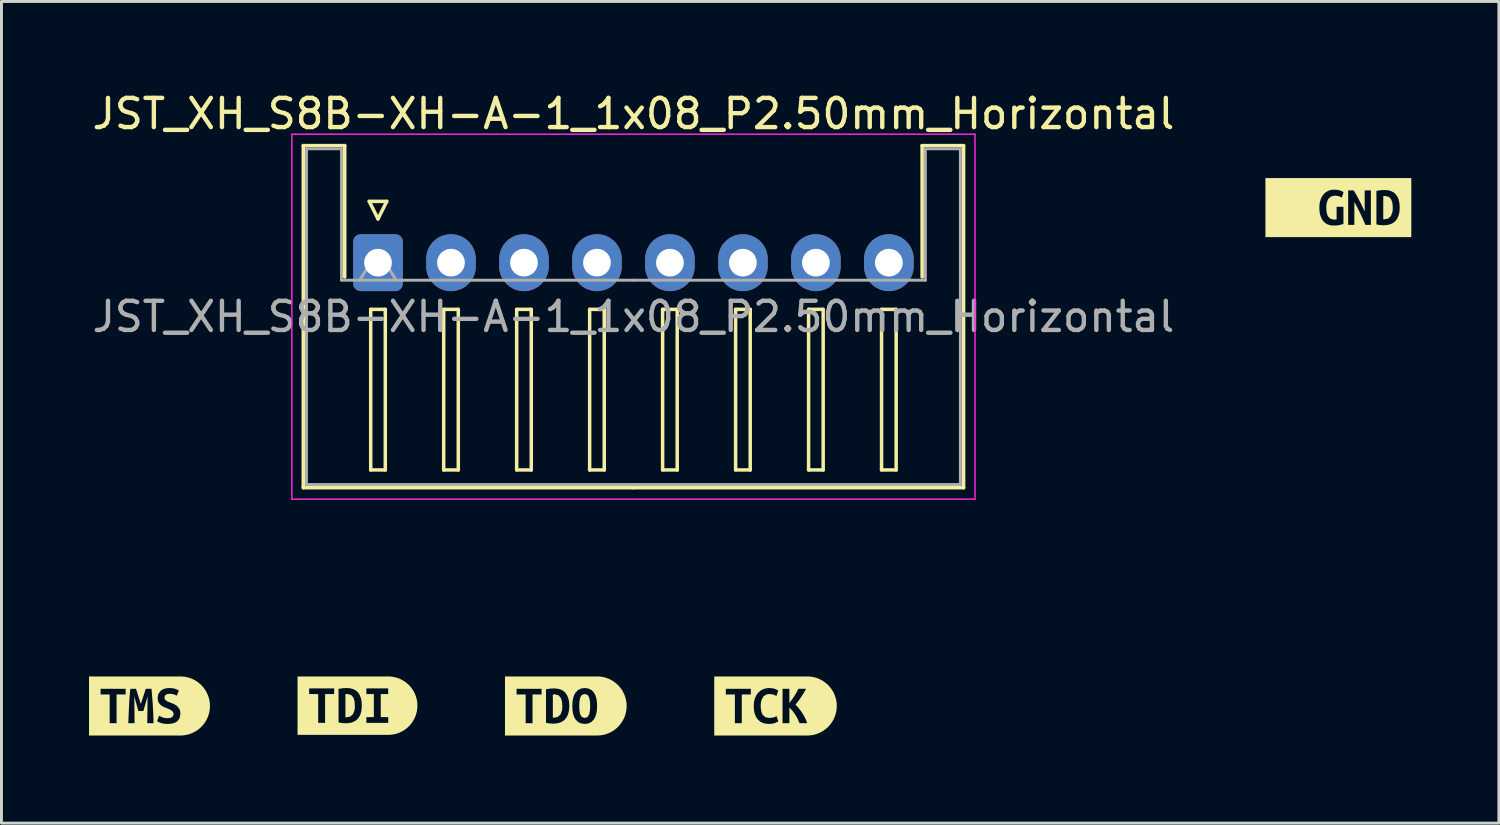
<source format=kicad_pcb>
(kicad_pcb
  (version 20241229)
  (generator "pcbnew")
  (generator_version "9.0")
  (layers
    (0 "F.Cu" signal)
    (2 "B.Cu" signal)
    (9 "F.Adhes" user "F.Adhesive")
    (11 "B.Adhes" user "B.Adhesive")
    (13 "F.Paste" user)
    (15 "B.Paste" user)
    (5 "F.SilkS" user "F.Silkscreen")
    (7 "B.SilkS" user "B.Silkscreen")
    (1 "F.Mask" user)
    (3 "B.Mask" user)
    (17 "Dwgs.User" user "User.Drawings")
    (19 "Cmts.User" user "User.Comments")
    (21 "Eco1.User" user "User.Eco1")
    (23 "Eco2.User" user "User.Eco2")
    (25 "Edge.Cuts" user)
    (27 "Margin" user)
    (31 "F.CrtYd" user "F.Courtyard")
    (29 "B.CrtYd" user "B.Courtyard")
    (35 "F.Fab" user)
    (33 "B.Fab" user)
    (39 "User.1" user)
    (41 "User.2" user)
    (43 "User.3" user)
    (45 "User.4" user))
  (footprint "kibuzzard-6456A7D3"
    (layer "F.Cu")
    (at 23.516 21.134)
    (property "Reference" "kibuzzard-6456A7D3" (at 0 -4.06 0) (layer "F.SilkS") (effects (font (size 0.001 0.001) (thickness 0.15))))
    (attr board_only exclude_from_pos_files exclude_from_bom)
    (fp_poly (pts (xy -1.702 -1.012) (xy -2.099 -1.012) (xy -2.099 1.012) (xy -1.702 1.012) (xy -1.155 1.012) (xy -1.155 0.591) (xy -1.392 0.591) (xy -1.392 -0.394) (xy -1.702 -0.394) (xy -1.702 -0.589) (xy -0.845 -0.589) (xy -0.845 -0.394) (xy -1.155 -0.394) (xy -1.155 0.591) (xy -1.155 1.012) (xy -0.233 1.012) (xy -0.233 0.615) (xy -0.387 0.598) (xy -0.514 0.544) (xy -0.614 0.455) (xy -0.672 0.367) (xy -0.713 0.261) (xy -0.738 0.139) (xy -0.746 0) (xy -0.736 -0.139) (xy -0.706 -0.261) (xy -0.658 -0.366) (xy -0.594 -0.454) (xy -0.516 -0.524) (xy -0.425 -0.574) (xy -0.322 -0.605) (xy -0.211 -0.615) (xy -0.097 -0.605) (xy -0.009 -0.581) (xy 0.055 -0.552) (xy 0.094 -0.53) (xy 0.033 -0.343) (xy -0.072 -0.391) (xy -0.214 -0.411) (xy -0.322 -0.391) (xy -0.415 -0.325) (xy -0.482 -0.2) (xy -0.501 -0.112) (xy -0.508 -0.006) (xy -0.5 0.118) (xy -0.477 0.222) (xy -0.438 0.304) (xy -0.347 0.385) (xy -0.211 0.411) (xy -0.059 0.391) (xy 0.037 0.349) (xy 0.096 0.533) (xy -0.038 0.59) (xy -0.129 0.609) (xy -0.233 0.615) (xy -0.233 1.012) (xy 0.822 1.012) (xy 0.822 0.591) (xy 0.762 0.447) (xy 0.721 0.371) (xy 0.675 0.296) (xy 0.626 0.225) (xy 0.575 0.159) (xy 0.475 0.051) (xy 0.475 0.591) (xy 0.241 0.591) (xy 0.241 -0.589) (xy 0.475 -0.589) (xy 0.475 -0.099) (xy 0.563 -0.217) (xy 0.65 -0.347) (xy 0.725 -0.474) (xy 0.782 -0.589) (xy 1.047 -0.589) (xy 0.983 -0.471) (xy 0.943 -0.404) (xy 0.898 -0.334) (xy 0.849 -0.262) (xy 0.796 -0.189) (xy 0.741 -0.116) (xy 0.683 -0.046) (xy 0.742 0.016) (xy 0.803 0.086) (xy 0.862 0.163) (xy 0.918 0.245) (xy 0.97 0.331) (xy 1.016 0.418) (xy 1.056 0.506) (xy 1.087 0.591) (xy 0.822 0.591) (xy 0.822 1.012) (xy 1.087 1.012) (xy 1.087 1.012) (xy 1.186 1.007) (xy 1.284 0.993) (xy 1.381 0.969) (xy 1.474 0.935) (xy 1.564 0.893) (xy 1.649 0.842) (xy 1.729 0.782) (xy 1.803 0.716) (xy 1.869 0.642) (xy 1.928 0.562) (xy 1.98 0.477) (xy 2.022 0.387) (xy 2.055 0.294) (xy 2.08 0.197) (xy 2.094 0.099) (xy 2.099 0) (xy 2.094 -0.099) (xy 2.08 -0.197) (xy 2.055 -0.294) (xy 2.022 -0.387) (xy 1.98 -0.477) (xy 1.928 -0.562) (xy 1.869 -0.642) (xy 1.803 -0.716) (xy 1.729 -0.782) (xy 1.649 -0.842) (xy 1.564 -0.893) (xy 1.474 -0.935) (xy 1.381 -0.969) (xy 1.284 -0.993) (xy 1.186 -1.007) (xy 1.087 -1.012) (xy 1.087 -1.012) (xy -1.702 -1.012)) (stroke (width 0) (type solid)) (fill yes) (layer "F.SilkS")))
  (footprint "kibuzzard-6456A7C9"
    (layer "F.Cu")
    (at 16.333 21.134)
    (property "Reference" "kibuzzard-6456A7C9" (at 0 -4.06 0) (layer "F.SilkS") (effects (font (size 0.001 0.001) (thickness 0.15))))
    (attr board_only exclude_from_pos_files exclude_from_bom)
    (fp_poly (pts (xy -0.445 0.4) (xy -0.424 0.402) (xy -0.403 0.402) (xy -0.269 0.371) (xy -0.181 0.288) (xy -0.133 0.161) (xy -0.123 0.084) (xy -0.119 0) (xy -0.131 -0.149) (xy -0.171 -0.276) (xy -0.249 -0.365) (xy -0.376 -0.398) (xy -0.411 -0.397) (xy -0.445 -0.392) (xy -0.445 0.4)) (stroke (width 0) (type solid)) (fill yes) (layer "F.SilkS"))
    (fp_poly (pts (xy 0.46 0) (xy 0.462 0.083) (xy 0.467 0.161) (xy 0.493 0.291) (xy 0.55 0.379) (xy 0.647 0.411) (xy 0.743 0.379) (xy 0.8 0.291) (xy 0.827 0.16) (xy 0.832 0.083) (xy 0.833 0) (xy 0.832 -0.083) (xy 0.827 -0.161) (xy 0.8 -0.291) (xy 0.744 -0.379) (xy 0.647 -0.411) (xy 0.55 -0.379) (xy 0.493 -0.291) (xy 0.467 -0.16) (xy 0.462 -0.083) (xy 0.46 0)) (stroke (width 0) (type solid)) (fill yes) (layer "F.SilkS"))
    (fp_poly (pts (xy -1.687 -1.012) (xy -2.084 -1.012) (xy -2.084 1.012) (xy -1.687 1.012) (xy -1.14 1.012) (xy -1.14 0.591) (xy -1.376 0.591) (xy -1.376 -0.394) (xy -1.687 -0.394) (xy -1.687 -0.589) (xy -0.83 -0.589) (xy -0.83 -0.394) (xy -1.14 -0.394) (xy -1.14 0.591) (xy -1.14 1.012) (xy -0.428 1.012) (xy -0.428 0.606) (xy -0.551 0.599) (xy -0.679 0.577) (xy -0.679 -0.573) (xy -0.529 -0.596) (xy -0.397 -0.602) (xy -0.286 -0.593) (xy -0.185 -0.568) (xy -0.096 -0.524) (xy -0.022 -0.46) (xy 0.037 -0.377) (xy 0.082 -0.273) (xy 0.11 -0.148) (xy 0.119 0) (xy 0.109 0.152) (xy 0.078 0.279) (xy 0.029 0.384) (xy -0.035 0.467) (xy -0.115 0.529) (xy -0.208 0.572) (xy -0.313 0.597) (xy -0.428 0.606) (xy -0.428 1.012) (xy 0.649 1.012) (xy 0.649 0.615) (xy 0.521 0.598) (xy 0.415 0.546) (xy 0.331 0.46) (xy 0.283 0.373) (xy 0.249 0.267) (xy 0.229 0.143) (xy 0.222 0) (xy 0.229 -0.143) (xy 0.25 -0.267) (xy 0.285 -0.373) (xy 0.334 -0.46) (xy 0.419 -0.546) (xy 0.523 -0.598) (xy 0.647 -0.615) (xy 0.774 -0.598) (xy 0.88 -0.546) (xy 0.963 -0.46) (xy 1.01 -0.373) (xy 1.044 -0.267) (xy 1.065 -0.143) (xy 1.071 0) (xy 1.065 0.143) (xy 1.044 0.267) (xy 1.009 0.373) (xy 0.961 0.46) (xy 0.877 0.546) (xy 0.773 0.598) (xy 0.649 0.615) (xy 0.649 1.012) (xy 1.071 1.012) (xy 1.072 1.012) (xy 1.171 1.007) (xy 1.269 0.993) (xy 1.365 0.969) (xy 1.459 0.935) (xy 1.549 0.893) (xy 1.634 0.842) (xy 1.714 0.782) (xy 1.787 0.716) (xy 1.854 0.642) (xy 1.913 0.562) (xy 1.964 0.477) (xy 2.007 0.387) (xy 2.04 0.294) (xy 2.064 0.197) (xy 2.079 0.099) (xy 2.084 0) (xy 2.079 -0.099) (xy 2.064 -0.197) (xy 2.04 -0.294) (xy 2.007 -0.387) (xy 1.964 -0.477) (xy 1.913 -0.562) (xy 1.854 -0.642) (xy 1.787 -0.716) (xy 1.714 -0.782) (xy 1.634 -0.842) (xy 1.549 -0.893) (xy 1.459 -0.935) (xy 1.365 -0.969) (xy 1.269 -0.993) (xy 1.171 -1.007) (xy 1.072 -1.012) (xy 1.071 -1.012) (xy -1.687 -1.012)) (stroke (width 0) (type solid)) (fill yes) (layer "F.SilkS")))
  (footprint "kibuzzard-6456A7AC"
    (layer "F.Cu")
    (at 2.071 21.134)
    (property "Reference" "kibuzzard-6456A7AC" (at 0 -4.06 0) (layer "F.SilkS") (effects (font (size 0.001 0.001) (thickness 0.15))))
    (attr board_only exclude_from_pos_files exclude_from_bom)
    (fp_poly (pts (xy -1.675 -1.012) (xy -2.071 -1.012) (xy -2.071 1.012) (xy -1.675 1.012) (xy -1.128 1.012) (xy -1.128 0.591) (xy -1.364 0.591) (xy -1.364 -0.394) (xy -1.675 -0.394) (xy -1.675 -0.589) (xy -0.817 -0.589) (xy -0.817 -0.394) (xy -1.128 -0.394) (xy -1.128 0.591) (xy -1.128 1.012) (xy 0.139 1.012) (xy 0.139 0.591) (xy -0.076 0.591) (xy -0.065 -0.326) (xy -0.21 0.173) (xy -0.381 0.173) (xy -0.52 -0.326) (xy -0.511 0.591) (xy -0.726 0.591) (xy -0.72 0.443) (xy -0.714 0.29) (xy -0.707 0.134) (xy -0.699 -0.021) (xy -0.691 -0.173) (xy -0.681 -0.32) (xy -0.67 -0.46) (xy -0.657 -0.589) (xy -0.463 -0.589) (xy -0.43 -0.486) (xy -0.387 -0.351) (xy -0.341 -0.204) (xy -0.297 -0.067) (xy -0.25 -0.212) (xy -0.202 -0.357) (xy -0.16 -0.488) (xy -0.126 -0.589) (xy 0.069 -0.589) (xy 0.082 -0.436) (xy 0.094 -0.288) (xy 0.106 -0.142) (xy 0.115 0.003) (xy 0.123 0.147) (xy 0.129 0.292) (xy 0.135 0.44) (xy 0.139 0.591) (xy 0.139 1.012) (xy 0.625 1.012) (xy 0.625 0.615) (xy 0.493 0.607) (xy 0.39 0.584) (xy 0.259 0.526) (xy 0.328 0.335) (xy 0.45 0.392) (xy 0.53 0.412) (xy 0.625 0.419) (xy 0.723 0.407) (xy 0.785 0.372) (xy 0.816 0.323) (xy 0.825 0.267) (xy 0.804 0.202) (xy 0.75 0.151) (xy 0.678 0.111) (xy 0.598 0.078) (xy 0.488 0.034) (xy 0.384 -0.029) (xy 0.307 -0.123) (xy 0.276 -0.263) (xy 0.303 -0.411) (xy 0.384 -0.522) (xy 0.465 -0.574) (xy 0.563 -0.605) (xy 0.68 -0.615) (xy 0.782 -0.609) (xy 0.87 -0.591) (xy 1.006 -0.535) (xy 0.937 -0.354) (xy 0.831 -0.4) (xy 0.697 -0.419) (xy 0.593 -0.404) (xy 0.531 -0.359) (xy 0.51 -0.284) (xy 0.53 -0.224) (xy 0.578 -0.178) (xy 0.645 -0.143) (xy 0.718 -0.114) (xy 0.833 -0.068) (xy 0.944 0.001) (xy 1.027 0.108) (xy 1.051 0.18) (xy 1.059 0.269) (xy 1.032 0.416) (xy 0.951 0.525) (xy 0.867 0.575) (xy 0.758 0.605) (xy 0.625 0.615) (xy 0.625 1.012) (xy 1.059 1.012) (xy 1.059 1.012) (xy 1.158 1.007) (xy 1.257 0.993) (xy 1.353 0.969) (xy 1.447 0.935) (xy 1.536 0.893) (xy 1.622 0.842) (xy 1.701 0.782) (xy 1.775 0.716) (xy 1.842 0.642) (xy 1.901 0.562) (xy 1.952 0.477) (xy 1.994 0.387) (xy 2.028 0.294) (xy 2.052 0.197) (xy 2.067 0.099) (xy 2.071 0) (xy 2.067 -0.099) (xy 2.052 -0.197) (xy 2.028 -0.294) (xy 1.994 -0.387) (xy 1.952 -0.477) (xy 1.901 -0.562) (xy 1.842 -0.642) (xy 1.775 -0.716) (xy 1.701 -0.782) (xy 1.622 -0.842) (xy 1.536 -0.893) (xy 1.447 -0.935) (xy 1.353 -0.969) (xy 1.257 -0.993) (xy 1.158 -1.007) (xy 1.059 -1.012) (xy 1.059 -1.012) (xy -1.675 -1.012)) (stroke (width 0) (type solid)) (fill yes) (layer "F.SilkS")))
  (footprint "kibuzzard-6452C3EF"
    (layer "F.Cu")
    (at 42.797 4.061)
    (property "Reference" "kibuzzard-6452C3EF" (at 0 -4.06 0) (layer "F.SilkS") (effects (font (size 0.001 0.001) (thickness 0.15))))
    (attr board_only exclude_from_pos_files exclude_from_bom)
    (fp_poly (pts (xy 1.538 0.4) (xy 1.559 0.402) (xy 1.58 0.402) (xy 1.715 0.371) (xy 1.802 0.288) (xy 1.85 0.161) (xy 1.861 0.084) (xy 1.864 0) (xy 1.853 -0.149) (xy 1.813 -0.276) (xy 1.735 -0.365) (xy 1.607 -0.398) (xy 1.573 -0.397) (xy 1.538 -0.392) (xy 1.538 0.4)) (stroke (width 0) (type solid)) (fill yes) (layer "F.SilkS"))
    (fp_poly (pts (xy -2.102 -1.012) (xy -2.499 -1.012) (xy -2.499 1.012) (xy -2.102 1.012) (xy -0.17 1.012) (xy -0.17 0.615) (xy -0.275 0.606) (xy -0.37 0.576) (xy -0.452 0.528) (xy -0.521 0.46) (xy -0.577 0.373) (xy -0.618 0.268) (xy -0.644 0.143) (xy -0.652 0) (xy -0.642 -0.142) (xy -0.612 -0.266) (xy -0.565 -0.372) (xy -0.504 -0.459) (xy -0.429 -0.527) (xy -0.342 -0.576) (xy -0.245 -0.606) (xy -0.142 -0.615) (xy -0.019 -0.605) (xy 0.075 -0.581) (xy 0.141 -0.552) (xy 0.18 -0.53) (xy 0.119 -0.343) (xy 0.016 -0.391) (xy -0.11 -0.411) (xy -0.25 -0.381) (xy -0.345 -0.296) (xy -0.398 -0.167) (xy -0.41 -0.087) (xy -0.414 0) (xy -0.407 0.129) (xy -0.385 0.232) (xy -0.348 0.311) (xy -0.265 0.386) (xy -0.151 0.411) (xy -0.106 0.41) (xy -0.06 0.404) (xy -0.06 -0.027) (xy 0.174 -0.027) (xy 0.174 0.562) (xy 0.044 0.596) (xy -0.054 0.611) (xy -0.17 0.615) (xy -0.17 1.012) (xy 0.925 1.012) (xy 0.925 0.591) (xy 0.87 0.46) (xy 0.812 0.329) (xy 0.751 0.199) (xy 0.686 0.069) (xy 0.619 -0.062) (xy 0.548 -0.192) (xy 0.548 0.591) (xy 0.336 0.591) (xy 0.336 -0.589) (xy 0.525 -0.589) (xy 0.578 -0.501) (xy 0.632 -0.407) (xy 0.684 -0.309) (xy 0.735 -0.211) (xy 0.784 -0.116) (xy 0.829 -0.023) (xy 0.868 0.063) (xy 0.902 0.137) (xy 0.902 -0.589) (xy 1.114 -0.589) (xy 1.114 0.591) (xy 0.925 0.591) (xy 0.925 1.012) (xy 1.555 1.012) (xy 1.555 0.606) (xy 1.433 0.599) (xy 1.304 0.577) (xy 1.304 -0.573) (xy 1.454 -0.596) (xy 1.586 -0.602) (xy 1.697 -0.593) (xy 1.798 -0.568) (xy 1.887 -0.524) (xy 1.961 -0.46) (xy 2.021 -0.377) (xy 2.065 -0.273) (xy 2.093 -0.148) (xy 2.102 0) (xy 2.092 0.152) (xy 2.061 0.279) (xy 2.012 0.384) (xy 1.948 0.467) (xy 1.869 0.529) (xy 1.775 0.572) (xy 1.67 0.597) (xy 1.555 0.606) (xy 1.555 1.012) (xy 2.102 1.012) (xy 2.499 1.012) (xy 2.499 -1.012) (xy 2.102 -1.012) (xy -2.102 -1.012)) (stroke (width 0) (type solid)) (fill yes) (layer "F.SilkS")))
  (footprint "JST_XH_S8B-XH-A-1_1x08_P2.50mm_Horizontal"
    (layer "F.Cu")
    (at 9.899 5.948)
    (property "Reference" "JST_XH_S8B-XH-A-1_1x08_P2.50mm_Horizontal" (at 8.75 -5.1 180) (layer "F.SilkS") (effects (font (size 1 1) (thickness 0.15))))
    (attr through_hole)
    (fp_line (start -2.56 -4.01) (end -1.14 -4.01) (stroke (width 0.12) (type solid)) (layer "F.SilkS"))
    (fp_line (start -2.56 7.71) (end -2.56 -4.01) (stroke (width 0.12) (type solid)) (layer "F.SilkS"))
    (fp_line (start -1.14 -4.01) (end -1.14 0.49) (stroke (width 0.12) (type solid)) (layer "F.SilkS"))
    (fp_line (start -0.3 -2.1) (end 0.3 -2.1) (stroke (width 0.12) (type solid)) (layer "F.SilkS"))
    (fp_line (start -0.25 1.6) (end -0.25 7.1) (stroke (width 0.12) (type solid)) (layer "F.SilkS"))
    (fp_line (start -0.25 7.1) (end 0.25 7.1) (stroke (width 0.12) (type solid)) (layer "F.SilkS"))
    (fp_line (start 0 -1.5) (end -0.3 -2.1) (stroke (width 0.12) (type solid)) (layer "F.SilkS"))
    (fp_line (start 0.25 1.6) (end -0.25 1.6) (stroke (width 0.12) (type solid)) (layer "F.SilkS"))
    (fp_line (start 0.25 7.1) (end 0.25 1.6) (stroke (width 0.12) (type solid)) (layer "F.SilkS"))
    (fp_line (start 0.3 -2.1) (end 0 -1.5) (stroke (width 0.12) (type solid)) (layer "F.SilkS"))
    (fp_line (start 2.25 1.6) (end 2.25 7.1) (stroke (width 0.12) (type solid)) (layer "F.SilkS"))
    (fp_line (start 2.25 7.1) (end 2.75 7.1) (stroke (width 0.12) (type solid)) (layer "F.SilkS"))
    (fp_line (start 2.75 1.6) (end 2.25 1.6) (stroke (width 0.12) (type solid)) (layer "F.SilkS"))
    (fp_line (start 2.75 7.1) (end 2.75 1.6) (stroke (width 0.12) (type solid)) (layer "F.SilkS"))
    (fp_line (start 4.75 1.6) (end 4.75 7.1) (stroke (width 0.12) (type solid)) (layer "F.SilkS"))
    (fp_line (start 4.75 7.1) (end 5.25 7.1) (stroke (width 0.12) (type solid)) (layer "F.SilkS"))
    (fp_line (start 5.25 1.6) (end 4.75 1.6) (stroke (width 0.12) (type solid)) (layer "F.SilkS"))
    (fp_line (start 5.25 7.1) (end 5.25 1.6) (stroke (width 0.12) (type solid)) (layer "F.SilkS"))
    (fp_line (start 7.25 1.6) (end 7.25 7.1) (stroke (width 0.12) (type solid)) (layer "F.SilkS"))
    (fp_line (start 7.25 7.1) (end 7.75 7.1) (stroke (width 0.12) (type solid)) (layer "F.SilkS"))
    (fp_line (start 7.75 1.6) (end 7.25 1.6) (stroke (width 0.12) (type solid)) (layer "F.SilkS"))
    (fp_line (start 7.75 7.1) (end 7.75 1.6) (stroke (width 0.12) (type solid)) (layer "F.SilkS"))
    (fp_line (start 8.75 7.71) (end -2.56 7.71) (stroke (width 0.12) (type solid)) (layer "F.SilkS"))
    (fp_line (start 8.75 7.71) (end 20.06 7.71) (stroke (width 0.12) (type solid)) (layer "F.SilkS"))
    (fp_line (start 9.75 1.6) (end 9.75 7.1) (stroke (width 0.12) (type solid)) (layer "F.SilkS"))
    (fp_line (start 9.75 7.1) (end 10.25 7.1) (stroke (width 0.12) (type solid)) (layer "F.SilkS"))
    (fp_line (start 10.25 1.6) (end 9.75 1.6) (stroke (width 0.12) (type solid)) (layer "F.SilkS"))
    (fp_line (start 10.25 7.1) (end 10.25 1.6) (stroke (width 0.12) (type solid)) (layer "F.SilkS"))
    (fp_line (start 12.25 1.6) (end 12.25 7.1) (stroke (width 0.12) (type solid)) (layer "F.SilkS"))
    (fp_line (start 12.25 7.1) (end 12.75 7.1) (stroke (width 0.12) (type solid)) (layer "F.SilkS"))
    (fp_line (start 12.75 1.6) (end 12.25 1.6) (stroke (width 0.12) (type solid)) (layer "F.SilkS"))
    (fp_line (start 12.75 7.1) (end 12.75 1.6) (stroke (width 0.12) (type solid)) (layer "F.SilkS"))
    (fp_line (start 14.75 1.6) (end 14.75 7.1) (stroke (width 0.12) (type solid)) (layer "F.SilkS"))
    (fp_line (start 14.75 7.1) (end 15.25 7.1) (stroke (width 0.12) (type solid)) (layer "F.SilkS"))
    (fp_line (start 15.25 1.6) (end 14.75 1.6) (stroke (width 0.12) (type solid)) (layer "F.SilkS"))
    (fp_line (start 15.25 7.1) (end 15.25 1.6) (stroke (width 0.12) (type solid)) (layer "F.SilkS"))
    (fp_line (start 17.25 1.6) (end 17.25 7.1) (stroke (width 0.12) (type solid)) (layer "F.SilkS"))
    (fp_line (start 17.25 7.1) (end 17.75 7.1) (stroke (width 0.12) (type solid)) (layer "F.SilkS"))
    (fp_line (start 17.75 1.6) (end 17.25 1.6) (stroke (width 0.12) (type solid)) (layer "F.SilkS"))
    (fp_line (start 17.75 7.1) (end 17.75 1.6) (stroke (width 0.12) (type solid)) (layer "F.SilkS"))
    (fp_line (start 18.64 -4.01) (end 18.64 0.49) (stroke (width 0.12) (type solid)) (layer "F.SilkS"))
    (fp_line (start 20.06 -4.01) (end 18.64 -4.01) (stroke (width 0.12) (type solid)) (layer "F.SilkS"))
    (fp_line (start 20.06 7.71) (end 20.06 -4.01) (stroke (width 0.12) (type solid)) (layer "F.SilkS"))
    (fp_line (start -2.95 -4.4) (end -2.95 8.1) (stroke (width 0.05) (type solid)) (layer "F.CrtYd"))
    (fp_line (start -2.95 8.1) (end 20.45 8.1) (stroke (width 0.05) (type solid)) (layer "F.CrtYd"))
    (fp_line (start 20.45 -4.4) (end -2.95 -4.4) (stroke (width 0.05) (type solid)) (layer "F.CrtYd"))
    (fp_line (start 20.45 8.1) (end 20.45 -4.4) (stroke (width 0.05) (type solid)) (layer "F.CrtYd"))
    (fp_line (start -2.45 -3.9) (end -1.25 -3.9) (stroke (width 0.1) (type solid)) (layer "F.Fab"))
    (fp_line (start -2.45 7.6) (end -2.45 -3.9) (stroke (width 0.1) (type solid)) (layer "F.Fab"))
    (fp_line (start -1.25 -3.9) (end -1.25 0.6) (stroke (width 0.1) (type solid)) (layer "F.Fab"))
    (fp_line (start -1.25 0.6) (end 8.75 0.6) (stroke (width 0.1) (type solid)) (layer "F.Fab"))
    (fp_line (start -0.625 0.6) (end 0 -0.4) (stroke (width 0.1) (type solid)) (layer "F.Fab"))
    (fp_line (start 0 -0.4) (end 0.625 0.6) (stroke (width 0.1) (type solid)) (layer "F.Fab"))
    (fp_line (start 8.75 7.6) (end -2.45 7.6) (stroke (width 0.1) (type solid)) (layer "F.Fab"))
    (fp_line (start 8.75 7.6) (end 19.95 7.6) (stroke (width 0.1) (type solid)) (layer "F.Fab"))
    (fp_line (start 18.75 -3.9) (end 18.75 0.6) (stroke (width 0.1) (type solid)) (layer "F.Fab"))
    (fp_line (start 18.75 0.6) (end 8.75 0.6) (stroke (width 0.1) (type solid)) (layer "F.Fab"))
    (fp_line (start 19.95 -3.9) (end 18.75 -3.9) (stroke (width 0.1) (type solid)) (layer "F.Fab"))
    (fp_line (start 19.95 7.6) (end 19.95 -3.9) (stroke (width 0.1) (type solid)) (layer "F.Fab"))
    (fp_text user "${REFERENCE}" (at 8.75 1.85 180) (layer "F.Fab") (effects (font (size 1 1) (thickness 0.15))))
    (pad "1" thru_hole roundrect (at 0 0) (size 1.7 1.95) (drill 0.95) (layers "*.Cu" "*.Mask") (roundrect_rratio 0.147))
    (pad "2" thru_hole oval (at 2.5 0) (size 1.7 1.95) (drill 0.95) (layers "*.Cu" "*.Mask"))
    (pad "3" thru_hole oval (at 5 0) (size 1.7 1.95) (drill 0.95) (layers "*.Cu" "*.Mask"))
    (pad "4" thru_hole oval (at 7.5 0) (size 1.7 1.95) (drill 0.95) (layers "*.Cu" "*.Mask"))
    (pad "5" thru_hole oval (at 10 0) (size 1.7 1.95) (drill 0.95) (layers "*.Cu" "*.Mask"))
    (pad "6" thru_hole oval (at 12.5 0) (size 1.7 1.95) (drill 0.95) (layers "*.Cu" "*.Mask"))
    (pad "7" thru_hole oval (at 15 0) (size 1.7 1.95) (drill 0.95) (layers "*.Cu" "*.Mask"))
    (pad "8" thru_hole oval (at 17.5 0) (size 1.7 1.95) (drill 0.95) (layers "*.Cu" "*.Mask")))
  (footprint "kibuzzard-6456A7BB"
    (layer "F.Cu")
    (at 9.196 21.123)
    (property "Reference" "kibuzzard-6456A7BB" (at 0 -4.049 0) (layer "F.SilkS") (effects (font (size 0.001 0.001) (thickness 0.15))))
    (attr board_only exclude_from_pos_files exclude_from_bom)
    (fp_poly (pts (xy -0.414 0.398) (xy -0.393 0.4) (xy -0.373 0.4) (xy -0.238 0.37) (xy -0.151 0.286) (xy -0.103 0.159) (xy -0.092 0.082) (xy -0.089 -0.002) (xy -0.1 -0.15) (xy -0.14 -0.278) (xy -0.218 -0.367) (xy -0.346 -0.4) (xy -0.38 -0.399) (xy -0.414 -0.394) (xy -0.414 0.398)) (stroke (width 0) (type solid)) (fill yes) (layer "F.SilkS"))
    (fp_poly (pts (xy -1.656 -1.001) (xy -2.053 -1.001) (xy -2.053 1.001) (xy -1.656 1.001) (xy -1.11 1.001) (xy -1.11 0.589) (xy -1.346 0.589) (xy -1.346 -0.396) (xy -1.656 -0.396) (xy -1.656 -0.591) (xy -0.799 -0.591) (xy -0.799 -0.396) (xy -1.11 -0.396) (xy -1.11 0.589) (xy -1.11 1.001) (xy -0.397 1.001) (xy -0.397 0.604) (xy -0.52 0.597) (xy -0.649 0.575) (xy -0.649 -0.575) (xy -0.498 -0.598) (xy -0.367 -0.604) (xy -0.256 -0.595) (xy -0.154 -0.57) (xy -0.066 -0.526) (xy 0.008 -0.462) (xy 0.068 -0.379) (xy 0.112 -0.275) (xy 0.14 -0.15) (xy 0.149 -0.002) (xy 0.139 0.15) (xy 0.109 0.277) (xy 0.06 0.382) (xy -0.005 0.465) (xy -0.084 0.527) (xy -0.177 0.571) (xy -0.282 0.596) (xy -0.397 0.604) (xy -0.397 1.001) (xy 0.304 1.001) (xy 0.304 0.589) (xy 0.304 0.394) (xy 0.561 0.394) (xy 0.561 -0.396) (xy 0.304 -0.396) (xy 0.304 -0.591) (xy 1.052 -0.591) (xy 1.052 -0.396) (xy 0.797 -0.396) (xy 0.797 0.394) (xy 1.052 0.394) (xy 1.052 0.589) (xy 0.304 0.589) (xy 0.304 1.001) (xy 1.052 1.001) (xy 1.053 1.001) (xy 1.151 0.996) (xy 1.248 0.982) (xy 1.343 0.958) (xy 1.436 0.925) (xy 1.524 0.883) (xy 1.609 0.832) (xy 1.687 0.774) (xy 1.76 0.708) (xy 1.826 0.635) (xy 1.885 0.556) (xy 1.935 0.472) (xy 1.977 0.383) (xy 2.01 0.291) (xy 2.034 0.195) (xy 2.049 0.098) (xy 2.053 0) (xy 2.049 -0.098) (xy 2.034 -0.195) (xy 2.01 -0.291) (xy 1.977 -0.383) (xy 1.935 -0.472) (xy 1.885 -0.556) (xy 1.826 -0.635) (xy 1.76 -0.708) (xy 1.687 -0.774) (xy 1.609 -0.832) (xy 1.524 -0.883) (xy 1.436 -0.925) (xy 1.343 -0.958) (xy 1.248 -0.982) (xy 1.151 -0.996) (xy 1.053 -1.001) (xy 1.052 -1.001) (xy -1.656 -1.001)) (stroke (width 0) (type solid)) (fill yes) (layer "F.SilkS")))
  (gr_rect
    (start -3 -3)
    (end 48.296 25.147)
    (stroke (width 0.1) (type default))
    (fill no)
    (layer "Edge.Cuts")))
</source>
